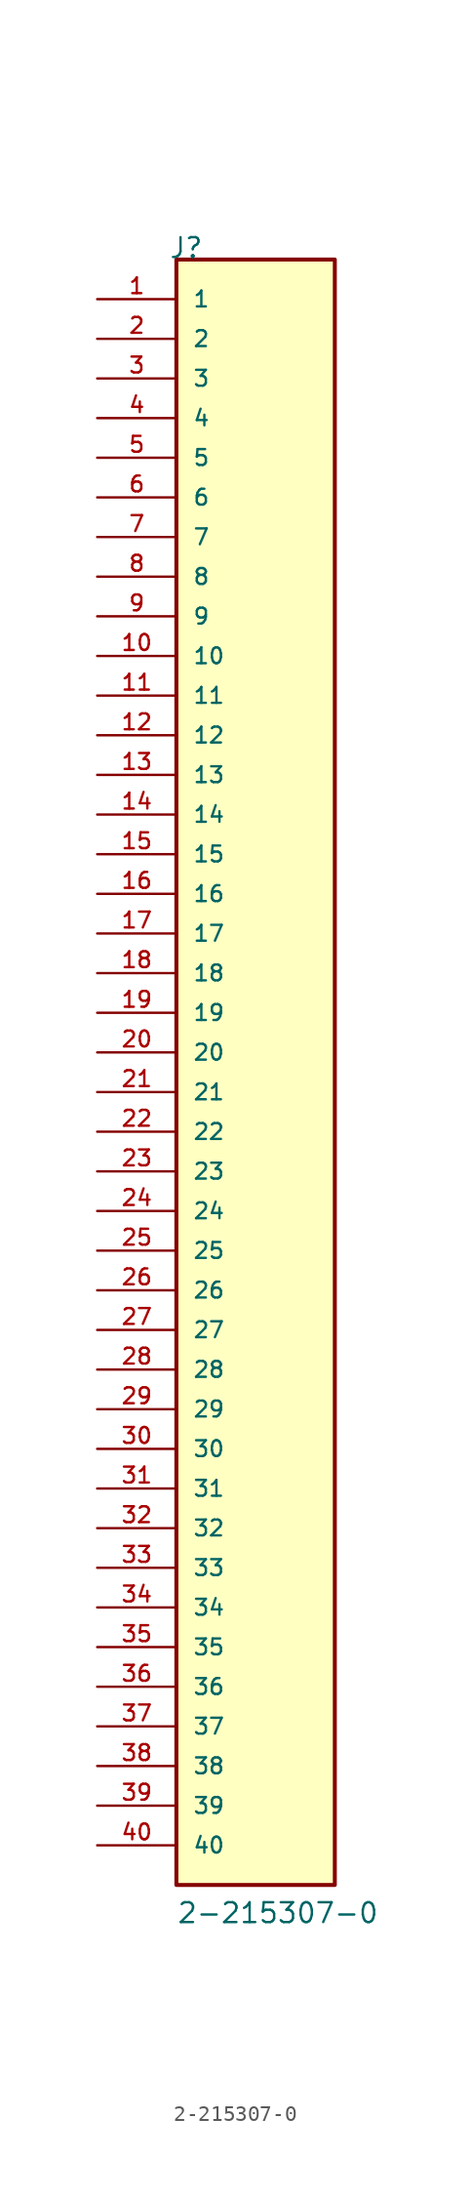
<source format=kicad_sym>
(kicad_symbol_lib
  (version 20211014)
  (generator kicad_symbol_editor)
  (symbol "2-215307-0"
    (pin_names
      (offset 1.016))
    (property "Reference" "J"
      (at -5.58 53.34 0)
      (effects (font (size 1.27 1.27)) (justify bottom left)))
    (property "Value" "2-215307-0"
      (at -5.08 -53.34 0)
      (effects (font (size 1.27 1.27)) (justify bottom left)))
    (symbol "2-215307-0_0_0"
      (rectangle (start -5.08 -50.8) (end 5.08 53.34) (stroke (width 0.254)) (fill (type background)))
      (pin passive line (at -10.16 50.8 0) (length 5.08) (name "1" (effects (font (size 1.016 1.016)))) (number "1" (effects (font (size 1.016 1.016)))))
      (pin passive line (at -10.16 48.26 0) (length 5.08) (name "2" (effects (font (size 1.016 1.016)))) (number "2" (effects (font (size 1.016 1.016)))))
      (pin passive line (at -10.16 45.72 0) (length 5.08) (name "3" (effects (font (size 1.016 1.016)))) (number "3" (effects (font (size 1.016 1.016)))))
      (pin passive line (at -10.16 43.18 0) (length 5.08) (name "4" (effects (font (size 1.016 1.016)))) (number "4" (effects (font (size 1.016 1.016)))))
      (pin passive line (at -10.16 40.64 0) (length 5.08) (name "5" (effects (font (size 1.016 1.016)))) (number "5" (effects (font (size 1.016 1.016)))))
      (pin passive line (at -10.16 38.1 0) (length 5.08) (name "6" (effects (font (size 1.016 1.016)))) (number "6" (effects (font (size 1.016 1.016)))))
      (pin passive line (at -10.16 35.56 0) (length 5.08) (name "7" (effects (font (size 1.016 1.016)))) (number "7" (effects (font (size 1.016 1.016)))))
      (pin passive line (at -10.16 33.02 0) (length 5.08) (name "8" (effects (font (size 1.016 1.016)))) (number "8" (effects (font (size 1.016 1.016)))))
      (pin passive line (at -10.16 30.48 0) (length 5.08) (name "9" (effects (font (size 1.016 1.016)))) (number "9" (effects (font (size 1.016 1.016)))))
      (pin passive line (at -10.16 27.94 0) (length 5.08) (name "10" (effects (font (size 1.016 1.016)))) (number "10" (effects (font (size 1.016 1.016)))))
      (pin passive line (at -10.16 25.4 0) (length 5.08) (name "11" (effects (font (size 1.016 1.016)))) (number "11" (effects (font (size 1.016 1.016)))))
      (pin passive line (at -10.16 22.86 0) (length 5.08) (name "12" (effects (font (size 1.016 1.016)))) (number "12" (effects (font (size 1.016 1.016)))))
      (pin passive line (at -10.16 20.32 0) (length 5.08) (name "13" (effects (font (size 1.016 1.016)))) (number "13" (effects (font (size 1.016 1.016)))))
      (pin passive line (at -10.16 17.78 0) (length 5.08) (name "14" (effects (font (size 1.016 1.016)))) (number "14" (effects (font (size 1.016 1.016)))))
      (pin passive line (at -10.16 15.24 0) (length 5.08) (name "15" (effects (font (size 1.016 1.016)))) (number "15" (effects (font (size 1.016 1.016)))))
      (pin passive line (at -10.16 12.7 0) (length 5.08) (name "16" (effects (font (size 1.016 1.016)))) (number "16" (effects (font (size 1.016 1.016)))))
      (pin passive line (at -10.16 10.16 0) (length 5.08) (name "17" (effects (font (size 1.016 1.016)))) (number "17" (effects (font (size 1.016 1.016)))))
      (pin passive line (at -10.16 7.62 0) (length 5.08) (name "18" (effects (font (size 1.016 1.016)))) (number "18" (effects (font (size 1.016 1.016)))))
      (pin passive line (at -10.16 5.08 0) (length 5.08) (name "19" (effects (font (size 1.016 1.016)))) (number "19" (effects (font (size 1.016 1.016)))))
      (pin passive line (at -10.16 2.54 0) (length 5.08) (name "20" (effects (font (size 1.016 1.016)))) (number "20" (effects (font (size 1.016 1.016)))))
      (pin passive line (at -10.16 0.0 0) (length 5.08) (name "21" (effects (font (size 1.016 1.016)))) (number "21" (effects (font (size 1.016 1.016)))))
      (pin passive line (at -10.16 -2.54 0) (length 5.08) (name "22" (effects (font (size 1.016 1.016)))) (number "22" (effects (font (size 1.016 1.016)))))
      (pin passive line (at -10.16 -5.08 0) (length 5.08) (name "23" (effects (font (size 1.016 1.016)))) (number "23" (effects (font (size 1.016 1.016)))))
      (pin passive line (at -10.16 -7.62 0) (length 5.08) (name "24" (effects (font (size 1.016 1.016)))) (number "24" (effects (font (size 1.016 1.016)))))
      (pin passive line (at -10.16 -10.16 0) (length 5.08) (name "25" (effects (font (size 1.016 1.016)))) (number "25" (effects (font (size 1.016 1.016)))))
      (pin passive line (at -10.16 -12.7 0) (length 5.08) (name "26" (effects (font (size 1.016 1.016)))) (number "26" (effects (font (size 1.016 1.016)))))
      (pin passive line (at -10.16 -15.24 0) (length 5.08) (name "27" (effects (font (size 1.016 1.016)))) (number "27" (effects (font (size 1.016 1.016)))))
      (pin passive line (at -10.16 -17.78 0) (length 5.08) (name "28" (effects (font (size 1.016 1.016)))) (number "28" (effects (font (size 1.016 1.016)))))
      (pin passive line (at -10.16 -20.32 0) (length 5.08) (name "29" (effects (font (size 1.016 1.016)))) (number "29" (effects (font (size 1.016 1.016)))))
      (pin passive line (at -10.16 -22.86 0) (length 5.08) (name "30" (effects (font (size 1.016 1.016)))) (number "30" (effects (font (size 1.016 1.016)))))
      (pin passive line (at -10.16 -25.4 0) (length 5.08) (name "31" (effects (font (size 1.016 1.016)))) (number "31" (effects (font (size 1.016 1.016)))))
      (pin passive line (at -10.16 -27.94 0) (length 5.08) (name "32" (effects (font (size 1.016 1.016)))) (number "32" (effects (font (size 1.016 1.016)))))
      (pin passive line (at -10.16 -30.48 0) (length 5.08) (name "33" (effects (font (size 1.016 1.016)))) (number "33" (effects (font (size 1.016 1.016)))))
      (pin passive line (at -10.16 -33.02 0) (length 5.08) (name "34" (effects (font (size 1.016 1.016)))) (number "34" (effects (font (size 1.016 1.016)))))
      (pin passive line (at -10.16 -35.56 0) (length 5.08) (name "35" (effects (font (size 1.016 1.016)))) (number "35" (effects (font (size 1.016 1.016)))))
      (pin passive line (at -10.16 -38.1 0) (length 5.08) (name "36" (effects (font (size 1.016 1.016)))) (number "36" (effects (font (size 1.016 1.016)))))
      (pin passive line (at -10.16 -40.64 0) (length 5.08) (name "37" (effects (font (size 1.016 1.016)))) (number "37" (effects (font (size 1.016 1.016)))))
      (pin passive line (at -10.16 -43.18 0) (length 5.08) (name "38" (effects (font (size 1.016 1.016)))) (number "38" (effects (font (size 1.016 1.016)))))
      (pin passive line (at -10.16 -45.72 0) (length 5.08) (name "39" (effects (font (size 1.016 1.016)))) (number "39" (effects (font (size 1.016 1.016)))))
      (pin passive line (at -10.16 -48.26 0) (length 5.08) (name "40" (effects (font (size 1.016 1.016)))) (number "40" (effects (font (size 1.016 1.016))))))))
</source>
